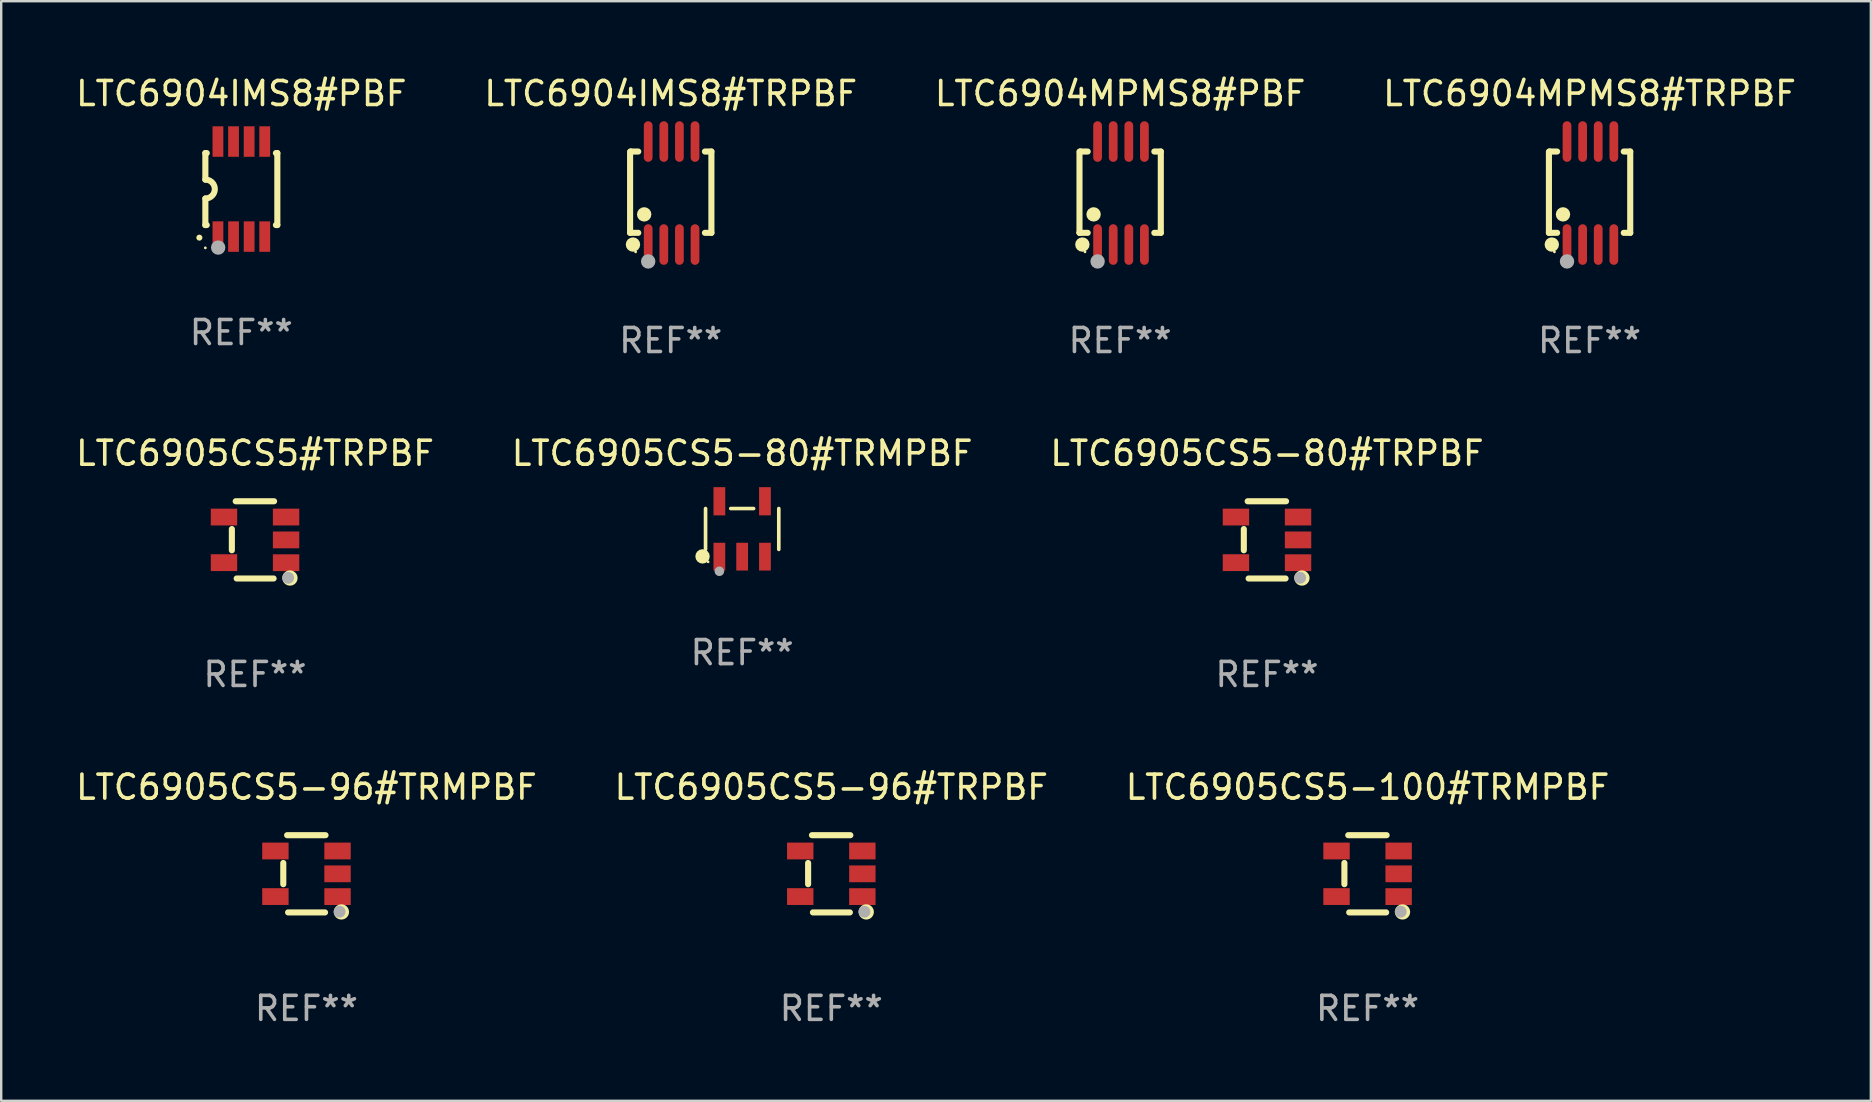
<source format=kicad_pcb>
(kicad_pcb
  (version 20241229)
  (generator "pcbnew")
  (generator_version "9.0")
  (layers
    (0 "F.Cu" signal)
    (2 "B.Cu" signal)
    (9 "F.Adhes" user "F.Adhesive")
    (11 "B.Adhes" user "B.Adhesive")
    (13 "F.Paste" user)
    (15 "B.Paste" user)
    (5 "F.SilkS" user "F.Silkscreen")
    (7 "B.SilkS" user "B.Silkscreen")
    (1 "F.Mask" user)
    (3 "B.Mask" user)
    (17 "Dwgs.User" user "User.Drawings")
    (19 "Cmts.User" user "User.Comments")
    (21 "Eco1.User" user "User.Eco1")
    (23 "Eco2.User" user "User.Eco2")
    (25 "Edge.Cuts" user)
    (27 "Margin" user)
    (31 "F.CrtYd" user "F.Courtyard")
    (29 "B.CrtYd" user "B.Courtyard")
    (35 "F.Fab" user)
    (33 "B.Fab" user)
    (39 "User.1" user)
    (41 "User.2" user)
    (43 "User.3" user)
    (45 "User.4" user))
  (footprint "LTC6905CS5-96#TRMPBF"
    (layer "F.Cu")
    (at 9.72 33.36)
    (property "Reference" "LTC6905CS5-96#TRMPBF" (at 0 -3.609 0) (layer "F.SilkS") (effects (font (size 1 1) (thickness 0.15))))
    (attr through_hole)
    (fp_line (start -0.966 0.433) (end -0.966 -0.451) (stroke (width 0.254) (type solid)) (layer "F.SilkS"))
    (fp_line (start -0.806 -1.609) (end 0.794 -1.609) (stroke (width 0.254) (type solid)) (layer "F.SilkS"))
    (fp_line (start -0.766 1.609) (end 0.774 1.609) (stroke (width 0.254) (type solid)) (layer "F.SilkS"))
    (fp_circle (center 1.4 1.45) (end 1.43 1.45) (stroke (width 0.06) (type solid)) (fill no) (layer "F.SilkS"))
    (fp_circle (center 1.456 1.589) (end 1.52 1.589) (stroke (width 0.254) (type solid)) (fill no) (layer "F.SilkS"))
    (fp_circle (center 1.38 1.58) (end 1.505 1.58) (stroke (width 0.25) (type solid)) (fill no) (layer "F.Fab"))
    (fp_text user "REF**" (at 0 5.609 0) (layer "F.Fab") (effects (font (size 1 1) (thickness 0.15))))
    (pad "1" smd rect (at 1.294 0.951) (size 1.1 0.7) (layers "F.Cu" "F.Mask" "F.Paste"))
    (pad "2" smd rect (at 1.294 0.001) (size 1.1 0.7) (layers "F.Cu" "F.Mask" "F.Paste"))
    (pad "3" smd rect (at 1.294 -0.951) (size 1.1 0.7) (layers "F.Cu" "F.Mask" "F.Paste"))
    (pad "4" smd rect (at -1.294 -0.951 180) (size 1.1 0.7) (layers "F.Cu" "F.Mask" "F.Paste"))
    (pad "5" smd rect (at -1.294 0.949 180) (size 1.1 0.7) (layers "F.Cu" "F.Mask" "F.Paste")))
  (footprint "LTC6904MPMS8#TRPBF"
    (layer "F.Cu")
    (at 63.185 4.994)
    (property "Reference" "LTC6904MPMS8#TRPBF" (at 0 -4.146 0) (layer "F.SilkS") (effects (font (size 1 1) (thickness 0.15))))
    (attr through_hole)
    (fp_line (start -1.694 -1.724) (end -1.694 1.652) (stroke (width 0.254) (type solid)) (layer "F.SilkS"))
    (fp_line (start -1.694 1.652) (end -1.688 1.658) (stroke (width 0.254) (type solid)) (layer "F.SilkS"))
    (fp_line (start -1.688 1.658) (end -1.353 1.658) (stroke (width 0.254) (type solid)) (layer "F.SilkS"))
    (fp_line (start -1.661 -1.73) (end -1.681 -1.71) (stroke (width 0.254) (type solid)) (layer "F.SilkS"))
    (fp_line (start -1.353 -1.73) (end -1.661 -1.73) (stroke (width 0.254) (type solid)) (layer "F.SilkS"))
    (fp_line (start 1.424 1.658) (end 1.694 1.658) (stroke (width 0.254) (type solid)) (layer "F.SilkS"))
    (fp_line (start 1.694 -1.73) (end 1.424 -1.73) (stroke (width 0.254) (type solid)) (layer "F.SilkS"))
    (fp_line (start 1.694 1.658) (end 1.694 -1.73) (stroke (width 0.254) (type solid)) (layer "F.SilkS"))
    (fp_circle (center -1.574 2.146) (end -1.424 2.146) (stroke (width 0.3) (type solid)) (fill no) (layer "F.SilkS"))
    (fp_circle (center -1.464 2.45) (end -1.434 2.45) (stroke (width 0.06) (type solid)) (fill no) (layer "F.SilkS"))
    (fp_circle (center -1.107 0.889) (end -0.957 0.889) (stroke (width 0.3) (type solid)) (fill no) (layer "F.SilkS"))
    (fp_circle (center -0.94 2.85) (end -0.789 2.85) (stroke (width 0.3) (type solid)) (fill no) (layer "F.Fab"))
    (fp_text user "REF**" (at 0 6.146 0) (layer "F.Fab") (effects (font (size 1 1) (thickness 0.15))))
    (pad "1" smd oval (at -0.94 2.146) (size 0.364 1.692) (layers "F.Cu" "F.Mask" "F.Paste"))
    (pad "2" smd oval (at -0.289 2.146) (size 0.364 1.692) (layers "F.Cu" "F.Mask" "F.Paste"))
    (pad "3" smd oval (at 0.361 2.146) (size 0.364 1.692) (layers "F.Cu" "F.Mask" "F.Paste"))
    (pad "4" smd oval (at 1.011 2.146) (size 0.364 1.692) (layers "F.Cu" "F.Mask" "F.Paste"))
    (pad "5" smd oval (at 1.011 -2.146) (size 0.364 1.692) (layers "F.Cu" "F.Mask" "F.Paste"))
    (pad "6" smd oval (at 0.361 -2.146) (size 0.364 1.692) (layers "F.Cu" "F.Mask" "F.Paste"))
    (pad "7" smd oval (at -0.289 -2.146) (size 0.364 1.692) (layers "F.Cu" "F.Mask" "F.Paste"))
    (pad "8" smd oval (at -0.94 -2.146) (size 0.364 1.692) (layers "F.Cu" "F.Mask" "F.Paste")))
  (footprint "LTC6905CS5-80#TRMPBF"
    (layer "F.Cu")
    (at 27.875 18.991)
    (property "Reference" "LTC6905CS5-80#TRMPBF" (at 0 -3.154 0) (layer "F.SilkS") (effects (font (size 1 1) (thickness 0.15))))
    (attr through_hole)
    (fp_line (start -1.526 0.851) (end -1.526 -0.851) (stroke (width 0.152) (type solid)) (layer "F.SilkS"))
    (fp_line (start 0.476 -0.851) (end -0.476 -0.851) (stroke (width 0.152) (type solid)) (layer "F.SilkS"))
    (fp_line (start 1.526 0.851) (end 1.526 -0.851) (stroke (width 0.152) (type solid)) (layer "F.SilkS"))
    (fp_circle (center -1.651 1.143) (end -1.501 1.143) (stroke (width 0.3) (type solid)) (fill no) (layer "F.SilkS"))
    (fp_circle (center -1.42 1.37) (end -1.39 1.37) (stroke (width 0.06) (type solid)) (fill no) (layer "F.SilkS"))
    (fp_circle (center -0.95 1.763) (end -0.85 1.763) (stroke (width 0.2) (type solid)) (fill no) (layer "F.Fab"))
    (fp_text user "REF**" (at 0 5.154 0) (layer "F.Fab") (effects (font (size 1 1) (thickness 0.15))))
    (pad "1" smd rect (at -0.95 1.154) (size 0.49 1.157) (layers "F.Cu" "F.Mask" "F.Paste"))
    (pad "2" smd rect (at 0 1.154) (size 0.49 1.157) (layers "F.Cu" "F.Mask" "F.Paste"))
    (pad "3" smd rect (at 0.95 1.154) (size 0.49 1.157) (layers "F.Cu" "F.Mask" "F.Paste"))
    (pad "4" smd rect (at 0.95 -1.154) (size 0.49 1.175) (layers "F.Cu" "F.Mask" "F.Paste"))
    (pad "5" smd rect (at -0.95 -1.154) (size 0.49 1.175) (layers "F.Cu" "F.Mask" "F.Paste")))
  (footprint "LTC6905CS5-100#TRMPBF"
    (layer "F.Cu")
    (at 53.935 33.36)
    (property "Reference" "LTC6905CS5-100#TRMPBF" (at 0 -3.609 0) (layer "F.SilkS") (effects (font (size 1 1) (thickness 0.15))))
    (attr through_hole)
    (fp_line (start -0.966 0.433) (end -0.966 -0.451) (stroke (width 0.254) (type solid)) (layer "F.SilkS"))
    (fp_line (start -0.806 -1.609) (end 0.794 -1.609) (stroke (width 0.254) (type solid)) (layer "F.SilkS"))
    (fp_line (start -0.766 1.609) (end 0.774 1.609) (stroke (width 0.254) (type solid)) (layer "F.SilkS"))
    (fp_circle (center 1.4 1.45) (end 1.43 1.45) (stroke (width 0.06) (type solid)) (fill no) (layer "F.SilkS"))
    (fp_circle (center 1.456 1.589) (end 1.52 1.589) (stroke (width 0.254) (type solid)) (fill no) (layer "F.SilkS"))
    (fp_circle (center 1.38 1.58) (end 1.505 1.58) (stroke (width 0.25) (type solid)) (fill no) (layer "F.Fab"))
    (fp_text user "REF**" (at 0 5.609 0) (layer "F.Fab") (effects (font (size 1 1) (thickness 0.15))))
    (pad "1" smd rect (at 1.294 0.951) (size 1.1 0.7) (layers "F.Cu" "F.Mask" "F.Paste"))
    (pad "2" smd rect (at 1.294 0.001) (size 1.1 0.7) (layers "F.Cu" "F.Mask" "F.Paste"))
    (pad "3" smd rect (at 1.294 -0.951) (size 1.1 0.7) (layers "F.Cu" "F.Mask" "F.Paste"))
    (pad "4" smd rect (at -1.294 -0.951 180) (size 1.1 0.7) (layers "F.Cu" "F.Mask" "F.Paste"))
    (pad "5" smd rect (at -1.294 0.949 180) (size 1.1 0.7) (layers "F.Cu" "F.Mask" "F.Paste")))
  (footprint "LTC6904MPMS8#PBF"
    (layer "F.Cu")
    (at 43.625 4.994)
    (property "Reference" "LTC6904MPMS8#PBF" (at 0 -4.146 0) (layer "F.SilkS") (effects (font (size 1 1) (thickness 0.15))))
    (attr through_hole)
    (fp_line (start -1.694 -1.724) (end -1.694 1.652) (stroke (width 0.254) (type solid)) (layer "F.SilkS"))
    (fp_line (start -1.694 1.652) (end -1.688 1.658) (stroke (width 0.254) (type solid)) (layer "F.SilkS"))
    (fp_line (start -1.688 1.658) (end -1.353 1.658) (stroke (width 0.254) (type solid)) (layer "F.SilkS"))
    (fp_line (start -1.661 -1.73) (end -1.681 -1.71) (stroke (width 0.254) (type solid)) (layer "F.SilkS"))
    (fp_line (start -1.353 -1.73) (end -1.661 -1.73) (stroke (width 0.254) (type solid)) (layer "F.SilkS"))
    (fp_line (start 1.424 1.658) (end 1.694 1.658) (stroke (width 0.254) (type solid)) (layer "F.SilkS"))
    (fp_line (start 1.694 -1.73) (end 1.424 -1.73) (stroke (width 0.254) (type solid)) (layer "F.SilkS"))
    (fp_line (start 1.694 1.658) (end 1.694 -1.73) (stroke (width 0.254) (type solid)) (layer "F.SilkS"))
    (fp_circle (center -1.574 2.146) (end -1.424 2.146) (stroke (width 0.3) (type solid)) (fill no) (layer "F.SilkS"))
    (fp_circle (center -1.464 2.45) (end -1.434 2.45) (stroke (width 0.06) (type solid)) (fill no) (layer "F.SilkS"))
    (fp_circle (center -1.107 0.889) (end -0.957 0.889) (stroke (width 0.3) (type solid)) (fill no) (layer "F.SilkS"))
    (fp_circle (center -0.94 2.85) (end -0.789 2.85) (stroke (width 0.3) (type solid)) (fill no) (layer "F.Fab"))
    (fp_text user "REF**" (at 0 6.146 0) (layer "F.Fab") (effects (font (size 1 1) (thickness 0.15))))
    (pad "1" smd oval (at -0.94 2.146) (size 0.364 1.692) (layers "F.Cu" "F.Mask" "F.Paste"))
    (pad "2" smd oval (at -0.289 2.146) (size 0.364 1.692) (layers "F.Cu" "F.Mask" "F.Paste"))
    (pad "3" smd oval (at 0.361 2.146) (size 0.364 1.692) (layers "F.Cu" "F.Mask" "F.Paste"))
    (pad "4" smd oval (at 1.011 2.146) (size 0.364 1.692) (layers "F.Cu" "F.Mask" "F.Paste"))
    (pad "5" smd oval (at 1.011 -2.146) (size 0.364 1.692) (layers "F.Cu" "F.Mask" "F.Paste"))
    (pad "6" smd oval (at 0.361 -2.146) (size 0.364 1.692) (layers "F.Cu" "F.Mask" "F.Paste"))
    (pad "7" smd oval (at -0.289 -2.146) (size 0.364 1.692) (layers "F.Cu" "F.Mask" "F.Paste"))
    (pad "8" smd oval (at -0.94 -2.146) (size 0.364 1.692) (layers "F.Cu" "F.Mask" "F.Paste")))
  (footprint "LTC6905CS5-96#TRPBF"
    (layer "F.Cu")
    (at 31.589 33.36)
    (property "Reference" "LTC6905CS5-96#TRPBF" (at 0 -3.609 0) (layer "F.SilkS") (effects (font (size 1 1) (thickness 0.15))))
    (attr through_hole)
    (fp_line (start -0.966 0.433) (end -0.966 -0.451) (stroke (width 0.254) (type solid)) (layer "F.SilkS"))
    (fp_line (start -0.806 -1.609) (end 0.794 -1.609) (stroke (width 0.254) (type solid)) (layer "F.SilkS"))
    (fp_line (start -0.766 1.609) (end 0.774 1.609) (stroke (width 0.254) (type solid)) (layer "F.SilkS"))
    (fp_circle (center 1.4 1.45) (end 1.43 1.45) (stroke (width 0.06) (type solid)) (fill no) (layer "F.SilkS"))
    (fp_circle (center 1.456 1.589) (end 1.52 1.589) (stroke (width 0.254) (type solid)) (fill no) (layer "F.SilkS"))
    (fp_circle (center 1.38 1.58) (end 1.505 1.58) (stroke (width 0.25) (type solid)) (fill no) (layer "F.Fab"))
    (fp_text user "REF**" (at 0 5.609 0) (layer "F.Fab") (effects (font (size 1 1) (thickness 0.15))))
    (pad "1" smd rect (at 1.294 0.951) (size 1.1 0.7) (layers "F.Cu" "F.Mask" "F.Paste"))
    (pad "2" smd rect (at 1.294 0.001) (size 1.1 0.7) (layers "F.Cu" "F.Mask" "F.Paste"))
    (pad "3" smd rect (at 1.294 -0.951) (size 1.1 0.7) (layers "F.Cu" "F.Mask" "F.Paste"))
    (pad "4" smd rect (at -1.294 -0.951 180) (size 1.1 0.7) (layers "F.Cu" "F.Mask" "F.Paste"))
    (pad "5" smd rect (at -1.294 0.949 180) (size 1.1 0.7) (layers "F.Cu" "F.Mask" "F.Paste")))
  (footprint "LTC6905CS5#TRPBF"
    (layer "F.Cu")
    (at 7.577 19.446)
    (property "Reference" "LTC6905CS5#TRPBF" (at 0 -3.609 0) (layer "F.SilkS") (effects (font (size 1 1) (thickness 0.15))))
    (attr through_hole)
    (fp_line (start -0.966 0.433) (end -0.966 -0.451) (stroke (width 0.254) (type solid)) (layer "F.SilkS"))
    (fp_line (start -0.806 -1.609) (end 0.794 -1.609) (stroke (width 0.254) (type solid)) (layer "F.SilkS"))
    (fp_line (start -0.766 1.609) (end 0.774 1.609) (stroke (width 0.254) (type solid)) (layer "F.SilkS"))
    (fp_circle (center 1.4 1.45) (end 1.43 1.45) (stroke (width 0.06) (type solid)) (fill no) (layer "F.SilkS"))
    (fp_circle (center 1.456 1.589) (end 1.52 1.589) (stroke (width 0.254) (type solid)) (fill no) (layer "F.SilkS"))
    (fp_circle (center 1.38 1.58) (end 1.505 1.58) (stroke (width 0.25) (type solid)) (fill no) (layer "F.Fab"))
    (fp_text user "REF**" (at 0 5.609 0) (layer "F.Fab") (effects (font (size 1 1) (thickness 0.15))))
    (pad "1" smd rect (at 1.294 0.951) (size 1.1 0.7) (layers "F.Cu" "F.Mask" "F.Paste"))
    (pad "2" smd rect (at 1.294 0.001) (size 1.1 0.7) (layers "F.Cu" "F.Mask" "F.Paste"))
    (pad "3" smd rect (at 1.294 -0.951) (size 1.1 0.7) (layers "F.Cu" "F.Mask" "F.Paste"))
    (pad "4" smd rect (at -1.294 -0.951 180) (size 1.1 0.7) (layers "F.Cu" "F.Mask" "F.Paste"))
    (pad "5" smd rect (at -1.294 0.949 180) (size 1.1 0.7) (layers "F.Cu" "F.Mask" "F.Paste")))
  (footprint "LTC6904IMS8#TRPBF"
    (layer "F.Cu")
    (at 24.899 4.994)
    (property "Reference" "LTC6904IMS8#TRPBF" (at 0 -4.146 0) (layer "F.SilkS") (effects (font (size 1 1) (thickness 0.15))))
    (attr through_hole)
    (fp_line (start -1.694 -1.724) (end -1.694 1.652) (stroke (width 0.254) (type solid)) (layer "F.SilkS"))
    (fp_line (start -1.694 1.652) (end -1.688 1.658) (stroke (width 0.254) (type solid)) (layer "F.SilkS"))
    (fp_line (start -1.688 1.658) (end -1.353 1.658) (stroke (width 0.254) (type solid)) (layer "F.SilkS"))
    (fp_line (start -1.661 -1.73) (end -1.681 -1.71) (stroke (width 0.254) (type solid)) (layer "F.SilkS"))
    (fp_line (start -1.353 -1.73) (end -1.661 -1.73) (stroke (width 0.254) (type solid)) (layer "F.SilkS"))
    (fp_line (start 1.424 1.658) (end 1.694 1.658) (stroke (width 0.254) (type solid)) (layer "F.SilkS"))
    (fp_line (start 1.694 -1.73) (end 1.424 -1.73) (stroke (width 0.254) (type solid)) (layer "F.SilkS"))
    (fp_line (start 1.694 1.658) (end 1.694 -1.73) (stroke (width 0.254) (type solid)) (layer "F.SilkS"))
    (fp_circle (center -1.574 2.146) (end -1.424 2.146) (stroke (width 0.3) (type solid)) (fill no) (layer "F.SilkS"))
    (fp_circle (center -1.464 2.45) (end -1.434 2.45) (stroke (width 0.06) (type solid)) (fill no) (layer "F.SilkS"))
    (fp_circle (center -1.107 0.889) (end -0.957 0.889) (stroke (width 0.3) (type solid)) (fill no) (layer "F.SilkS"))
    (fp_circle (center -0.94 2.85) (end -0.789 2.85) (stroke (width 0.3) (type solid)) (fill no) (layer "F.Fab"))
    (fp_text user "REF**" (at 0 6.146 0) (layer "F.Fab") (effects (font (size 1 1) (thickness 0.15))))
    (pad "1" smd oval (at -0.94 2.146) (size 0.364 1.692) (layers "F.Cu" "F.Mask" "F.Paste"))
    (pad "2" smd oval (at -0.289 2.146) (size 0.364 1.692) (layers "F.Cu" "F.Mask" "F.Paste"))
    (pad "3" smd oval (at 0.361 2.146) (size 0.364 1.692) (layers "F.Cu" "F.Mask" "F.Paste"))
    (pad "4" smd oval (at 1.011 2.146) (size 0.364 1.692) (layers "F.Cu" "F.Mask" "F.Paste"))
    (pad "5" smd oval (at 1.011 -2.146) (size 0.364 1.692) (layers "F.Cu" "F.Mask" "F.Paste"))
    (pad "6" smd oval (at 0.361 -2.146) (size 0.364 1.692) (layers "F.Cu" "F.Mask" "F.Paste"))
    (pad "7" smd oval (at -0.289 -2.146) (size 0.364 1.692) (layers "F.Cu" "F.Mask" "F.Paste"))
    (pad "8" smd oval (at -0.94 -2.146) (size 0.364 1.692) (layers "F.Cu" "F.Mask" "F.Paste")))
  (footprint "LTC6904IMS8#PBF"
    (layer "F.Cu")
    (at 7.006 4.828)
    (property "Reference" "LTC6904IMS8#PBF" (at 0 -3.98 0) (layer "F.SilkS") (effects (font (size 1 1) (thickness 0.15))))
    (attr through_hole)
    (fp_line (start -1.5 -1.5) (end -1.441 -1.5) (stroke (width 0.254) (type solid)) (layer "F.SilkS"))
    (fp_line (start -1.5 1.5) (end -1.441 1.5) (stroke (width 0.254) (type solid)) (layer "F.SilkS"))
    (fp_line (start -1.499 -0.394) (end -1.499 -1.5) (stroke (width 0.254) (type solid)) (layer "F.SilkS"))
    (fp_line (start -1.499 0.394) (end -1.499 1.5) (stroke (width 0.254) (type solid)) (layer "F.SilkS"))
    (fp_line (start 1.441 -1.5) (end 1.5 -1.5) (stroke (width 0.254) (type solid)) (layer "F.SilkS"))
    (fp_line (start 1.441 1.5) (end 1.5 1.5) (stroke (width 0.254) (type solid)) (layer "F.SilkS"))
    (fp_line (start 1.5 -1.5) (end 1.5 1.5) (stroke (width 0.254) (type solid)) (layer "F.SilkS"))
    (fp_arc (start -1.750064 2.024384) (mid -1.748794 2.024378) (end -1.747524 2.024384) (stroke (width 0.24892) (type solid)) (layer "F.SilkS"))
    (fp_arc (start -1.498603 -0.393701) (mid -1.104902 0) (end -1.498603 0.393701) (stroke (width 0.254001) (type solid)) (layer "F.SilkS"))
    (fp_circle (center -1.5 2.45) (end -1.47 2.45) (stroke (width 0.06) (type solid)) (fill no) (layer "F.SilkS"))
    (fp_circle (center -0.965 2.438) (end -0.815 2.438) (stroke (width 0.3) (type solid)) (fill no) (layer "F.Fab"))
    (fp_text user "REF**" (at 0 5.98 0) (layer "F.Fab") (effects (font (size 1 1) (thickness 0.15))))
    (pad "1" smd rect (at -0.975 1.98 180) (size 0.45 1.27) (layers "F.Cu" "F.Mask" "F.Paste"))
    (pad "2" smd rect (at -0.325 1.98 180) (size 0.45 1.27) (layers "F.Cu" "F.Mask" "F.Paste"))
    (pad "3" smd rect (at 0.325 1.98 180) (size 0.45 1.27) (layers "F.Cu" "F.Mask" "F.Paste"))
    (pad "4" smd rect (at 0.975 1.98 180) (size 0.45 1.27) (layers "F.Cu" "F.Mask" "F.Paste"))
    (pad "5" smd rect (at 0.975 -1.98 180) (size 0.45 1.27) (layers "F.Cu" "F.Mask" "F.Paste"))
    (pad "6" smd rect (at 0.325 -1.98 180) (size 0.45 1.27) (layers "F.Cu" "F.Mask" "F.Paste"))
    (pad "7" smd rect (at -0.325 -1.98 180) (size 0.45 1.27) (layers "F.Cu" "F.Mask" "F.Paste"))
    (pad "8" smd rect (at -0.975 -1.98 180) (size 0.45 1.27) (layers "F.Cu" "F.Mask" "F.Paste")))
  (footprint "LTC6905CS5-80#TRPBF"
    (layer "F.Cu")
    (at 49.744 19.446)
    (property "Reference" "LTC6905CS5-80#TRPBF" (at 0 -3.609 0) (layer "F.SilkS") (effects (font (size 1 1) (thickness 0.15))))
    (attr through_hole)
    (fp_line (start -0.966 0.433) (end -0.966 -0.451) (stroke (width 0.254) (type solid)) (layer "F.SilkS"))
    (fp_line (start -0.806 -1.609) (end 0.794 -1.609) (stroke (width 0.254) (type solid)) (layer "F.SilkS"))
    (fp_line (start -0.766 1.609) (end 0.774 1.609) (stroke (width 0.254) (type solid)) (layer "F.SilkS"))
    (fp_circle (center 1.4 1.45) (end 1.43 1.45) (stroke (width 0.06) (type solid)) (fill no) (layer "F.SilkS"))
    (fp_circle (center 1.456 1.589) (end 1.52 1.589) (stroke (width 0.254) (type solid)) (fill no) (layer "F.SilkS"))
    (fp_circle (center 1.38 1.58) (end 1.505 1.58) (stroke (width 0.25) (type solid)) (fill no) (layer "F.Fab"))
    (fp_text user "REF**" (at 0 5.609 0) (layer "F.Fab") (effects (font (size 1 1) (thickness 0.15))))
    (pad "1" smd rect (at 1.294 0.951) (size 1.1 0.7) (layers "F.Cu" "F.Mask" "F.Paste"))
    (pad "2" smd rect (at 1.294 0.001) (size 1.1 0.7) (layers "F.Cu" "F.Mask" "F.Paste"))
    (pad "3" smd rect (at 1.294 -0.951) (size 1.1 0.7) (layers "F.Cu" "F.Mask" "F.Paste"))
    (pad "4" smd rect (at -1.294 -0.951 180) (size 1.1 0.7) (layers "F.Cu" "F.Mask" "F.Paste"))
    (pad "5" smd rect (at -1.294 0.949 180) (size 1.1 0.7) (layers "F.Cu" "F.Mask" "F.Paste")))
  (gr_rect
    (start -3 -3)
    (end 74.905 42.818)
    (stroke (width 0.1) (type default))
    (fill no)
    (layer "Edge.Cuts")))
</source>
